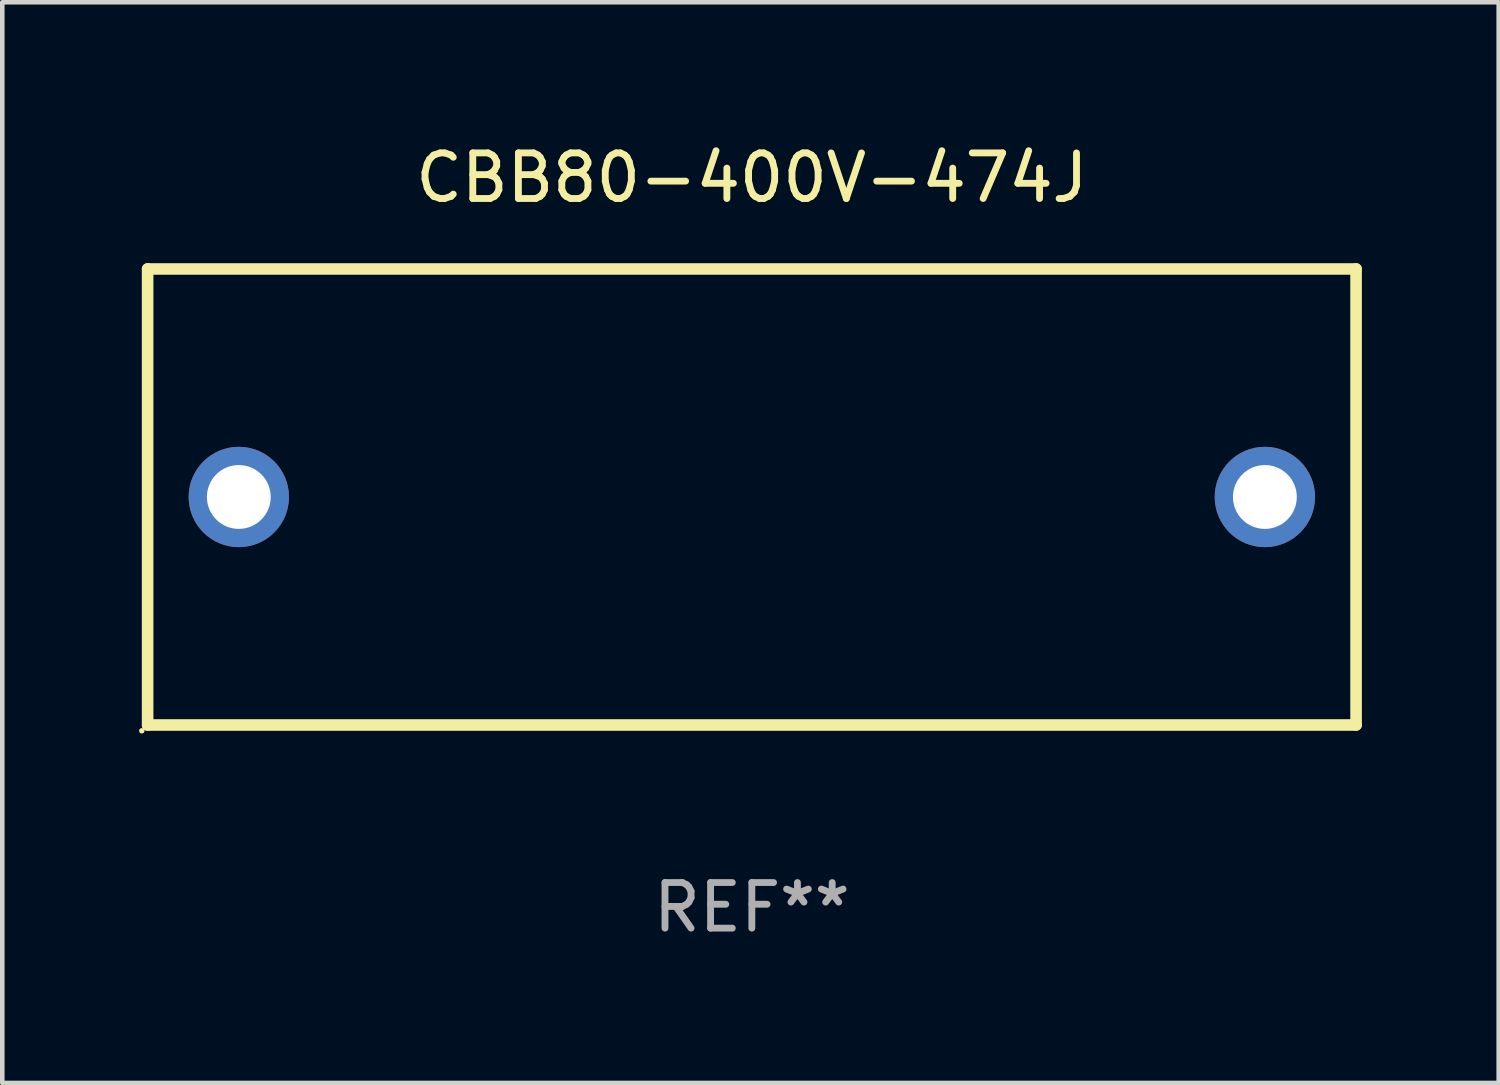
<source format=kicad_pcb>
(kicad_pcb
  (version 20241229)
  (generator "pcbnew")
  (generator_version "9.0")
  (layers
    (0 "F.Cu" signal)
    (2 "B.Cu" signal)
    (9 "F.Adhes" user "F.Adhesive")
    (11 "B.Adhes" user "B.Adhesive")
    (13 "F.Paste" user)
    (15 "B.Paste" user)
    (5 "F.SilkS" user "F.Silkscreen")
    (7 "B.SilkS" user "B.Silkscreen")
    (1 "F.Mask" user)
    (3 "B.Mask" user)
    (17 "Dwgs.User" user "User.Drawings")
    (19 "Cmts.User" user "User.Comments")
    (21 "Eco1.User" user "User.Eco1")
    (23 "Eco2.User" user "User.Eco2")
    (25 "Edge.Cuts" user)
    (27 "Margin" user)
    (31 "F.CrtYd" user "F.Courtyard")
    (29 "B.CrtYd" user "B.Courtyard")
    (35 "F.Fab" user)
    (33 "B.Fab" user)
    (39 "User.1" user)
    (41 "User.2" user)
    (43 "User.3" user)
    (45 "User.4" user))
  (footprint "CBB80-400V-474J"
    (layer "F.Cu")
    (at 13.437 7.848)
    (property "Reference" "CBB80-400V-474J" (at 0 -7 0) (layer "F.SilkS") (effects (font (size 1 1) (thickness 0.15))))
    (attr through_hole)
    (fp_line (start -13.25 -5) (end 13.25 -5) (stroke (width 0.254) (type solid)) (layer "F.SilkS"))
    (fp_line (start -13.25 5) (end -13.25 -5) (stroke (width 0.254) (type solid)) (layer "F.SilkS"))
    (fp_line (start 13.25 -5) (end 13.25 5) (stroke (width 0.254) (type solid)) (layer "F.SilkS"))
    (fp_line (start 13.25 5) (end -13.25 5) (stroke (width 0.254) (type solid)) (layer "F.SilkS"))
    (fp_circle (center -13.377 5.127) (end -13.347 5.127) (stroke (width 0.06) (type solid)) (fill no) (layer "F.SilkS"))
    (fp_text user "REF**" (at 0 9 0) (layer "F.Fab") (effects (font (size 1 1) (thickness 0.15))))
    (pad "1" thru_hole circle (at -11.25 0) (size 2.2 2.2) (drill 1.4) (layers "*.Cu" "*.Mask"))
    (pad "2" thru_hole circle (at 11.25 0) (size 2.2 2.2) (drill 1.4) (layers "*.Cu" "*.Mask")))
  (gr_rect
    (start -3 -3)
    (end 29.814 20.697)
    (stroke (width 0.1) (type default))
    (fill no)
    (layer "Edge.Cuts")))
</source>
